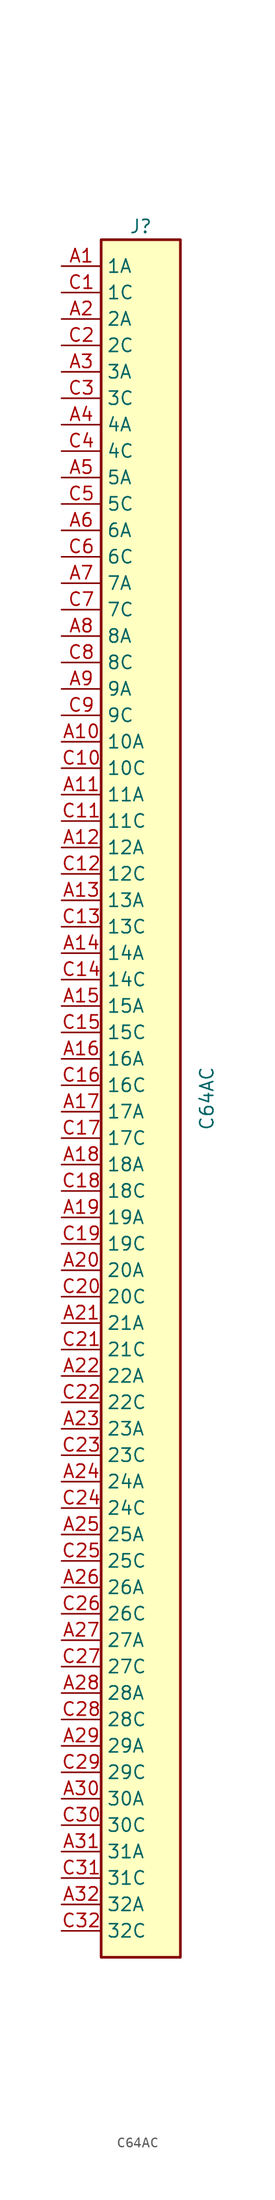
<source format=kicad_sym>
(kicad_symbol_lib
  (version 20210619)
  (generator kicad_symbol_editor)
  (symbol "Connector:C64AC"
    (property "Reference" "J"
      (at 0 85.09 0)
      (effects (font (size 1.27 1.27))))
    (property "Value" "C64AC"
      (at 6.35 1.27 90)
      (effects (font (size 1.27 1.27))))
    (symbol "C64AC_0_1"
      (rectangle (start -3.81 -81.28) (end 3.81 83.82) (stroke (width 0.254)) (fill (type background))))
    (symbol "C64AC_1_1"
      (pin passive line (at -7.62 81.28 0) (length 3.81) (name "1A" (effects (font (size 1.27 1.27)))) (number "A1" (effects (font (size 1.27 1.27)))))
      (pin passive line (at -7.62 35.56 0) (length 3.81) (name "10A" (effects (font (size 1.27 1.27)))) (number "A10" (effects (font (size 1.27 1.27)))))
      (pin passive line (at -7.62 30.48 0) (length 3.81) (name "11A" (effects (font (size 1.27 1.27)))) (number "A11" (effects (font (size 1.27 1.27)))))
      (pin passive line (at -7.62 25.4 0) (length 3.81) (name "12A" (effects (font (size 1.27 1.27)))) (number "A12" (effects (font (size 1.27 1.27)))))
      (pin passive line (at -7.62 20.32 0) (length 3.81) (name "13A" (effects (font (size 1.27 1.27)))) (number "A13" (effects (font (size 1.27 1.27)))))
      (pin passive line (at -7.62 15.24 0) (length 3.81) (name "14A" (effects (font (size 1.27 1.27)))) (number "A14" (effects (font (size 1.27 1.27)))))
      (pin passive line (at -7.62 10.16 0) (length 3.81) (name "15A" (effects (font (size 1.27 1.27)))) (number "A15" (effects (font (size 1.27 1.27)))))
      (pin passive line (at -7.62 5.08 0) (length 3.81) (name "16A" (effects (font (size 1.27 1.27)))) (number "A16" (effects (font (size 1.27 1.27)))))
      (pin passive line (at -7.62 0 0) (length 3.81) (name "17A" (effects (font (size 1.27 1.27)))) (number "A17" (effects (font (size 1.27 1.27)))))
      (pin passive line (at -7.62 -5.08 0) (length 3.81) (name "18A" (effects (font (size 1.27 1.27)))) (number "A18" (effects (font (size 1.27 1.27)))))
      (pin passive line (at -7.62 -10.16 0) (length 3.81) (name "19A" (effects (font (size 1.27 1.27)))) (number "A19" (effects (font (size 1.27 1.27)))))
      (pin passive line (at -7.62 76.2 0) (length 3.81) (name "2A" (effects (font (size 1.27 1.27)))) (number "A2" (effects (font (size 1.27 1.27)))))
      (pin passive line (at -7.62 -15.24 0) (length 3.81) (name "20A" (effects (font (size 1.27 1.27)))) (number "A20" (effects (font (size 1.27 1.27)))))
      (pin passive line (at -7.62 -20.32 0) (length 3.81) (name "21A" (effects (font (size 1.27 1.27)))) (number "A21" (effects (font (size 1.27 1.27)))))
      (pin passive line (at -7.62 -25.4 0) (length 3.81) (name "22A" (effects (font (size 1.27 1.27)))) (number "A22" (effects (font (size 1.27 1.27)))))
      (pin passive line (at -7.62 -30.48 0) (length 3.81) (name "23A" (effects (font (size 1.27 1.27)))) (number "A23" (effects (font (size 1.27 1.27)))))
      (pin passive line (at -7.62 -35.56 0) (length 3.81) (name "24A" (effects (font (size 1.27 1.27)))) (number "A24" (effects (font (size 1.27 1.27)))))
      (pin passive line (at -7.62 -40.64 0) (length 3.81) (name "25A" (effects (font (size 1.27 1.27)))) (number "A25" (effects (font (size 1.27 1.27)))))
      (pin passive line (at -7.62 -45.72 0) (length 3.81) (name "26A" (effects (font (size 1.27 1.27)))) (number "A26" (effects (font (size 1.27 1.27)))))
      (pin passive line (at -7.62 -50.8 0) (length 3.81) (name "27A" (effects (font (size 1.27 1.27)))) (number "A27" (effects (font (size 1.27 1.27)))))
      (pin passive line (at -7.62 -55.88 0) (length 3.81) (name "28A" (effects (font (size 1.27 1.27)))) (number "A28" (effects (font (size 1.27 1.27)))))
      (pin passive line (at -7.62 -60.96 0) (length 3.81) (name "29A" (effects (font (size 1.27 1.27)))) (number "A29" (effects (font (size 1.27 1.27)))))
      (pin passive line (at -7.62 71.12 0) (length 3.81) (name "3A" (effects (font (size 1.27 1.27)))) (number "A3" (effects (font (size 1.27 1.27)))))
      (pin passive line (at -7.62 -66.04 0) (length 3.81) (name "30A" (effects (font (size 1.27 1.27)))) (number "A30" (effects (font (size 1.27 1.27)))))
      (pin passive line (at -7.62 -71.12 0) (length 3.81) (name "31A" (effects (font (size 1.27 1.27)))) (number "A31" (effects (font (size 1.27 1.27)))))
      (pin passive line (at -7.62 -76.2 0) (length 3.81) (name "32A" (effects (font (size 1.27 1.27)))) (number "A32" (effects (font (size 1.27 1.27)))))
      (pin passive line (at -7.62 66.04 0) (length 3.81) (name "4A" (effects (font (size 1.27 1.27)))) (number "A4" (effects (font (size 1.27 1.27)))))
      (pin passive line (at -7.62 60.96 0) (length 3.81) (name "5A" (effects (font (size 1.27 1.27)))) (number "A5" (effects (font (size 1.27 1.27)))))
      (pin passive line (at -7.62 55.88 0) (length 3.81) (name "6A" (effects (font (size 1.27 1.27)))) (number "A6" (effects (font (size 1.27 1.27)))))
      (pin passive line (at -7.62 50.8 0) (length 3.81) (name "7A" (effects (font (size 1.27 1.27)))) (number "A7" (effects (font (size 1.27 1.27)))))
      (pin passive line (at -7.62 45.72 0) (length 3.81) (name "8A" (effects (font (size 1.27 1.27)))) (number "A8" (effects (font (size 1.27 1.27)))))
      (pin passive line (at -7.62 40.64 0) (length 3.81) (name "9A" (effects (font (size 1.27 1.27)))) (number "A9" (effects (font (size 1.27 1.27)))))
      (pin passive line (at -7.62 78.74 0) (length 3.81) (name "1C" (effects (font (size 1.27 1.27)))) (number "C1" (effects (font (size 1.27 1.27)))))
      (pin passive line (at -7.62 33.02 0) (length 3.81) (name "10C" (effects (font (size 1.27 1.27)))) (number "C10" (effects (font (size 1.27 1.27)))))
      (pin passive line (at -7.62 27.94 0) (length 3.81) (name "11C" (effects (font (size 1.27 1.27)))) (number "C11" (effects (font (size 1.27 1.27)))))
      (pin passive line (at -7.62 22.86 0) (length 3.81) (name "12C" (effects (font (size 1.27 1.27)))) (number "C12" (effects (font (size 1.27 1.27)))))
      (pin passive line (at -7.62 17.78 0) (length 3.81) (name "13C" (effects (font (size 1.27 1.27)))) (number "C13" (effects (font (size 1.27 1.27)))))
      (pin passive line (at -7.62 12.7 0) (length 3.81) (name "14C" (effects (font (size 1.27 1.27)))) (number "C14" (effects (font (size 1.27 1.27)))))
      (pin passive line (at -7.62 7.62 0) (length 3.81) (name "15C" (effects (font (size 1.27 1.27)))) (number "C15" (effects (font (size 1.27 1.27)))))
      (pin passive line (at -7.62 2.54 0) (length 3.81) (name "16C" (effects (font (size 1.27 1.27)))) (number "C16" (effects (font (size 1.27 1.27)))))
      (pin passive line (at -7.62 -2.54 0) (length 3.81) (name "17C" (effects (font (size 1.27 1.27)))) (number "C17" (effects (font (size 1.27 1.27)))))
      (pin passive line (at -7.62 -7.62 0) (length 3.81) (name "18C" (effects (font (size 1.27 1.27)))) (number "C18" (effects (font (size 1.27 1.27)))))
      (pin passive line (at -7.62 -12.7 0) (length 3.81) (name "19C" (effects (font (size 1.27 1.27)))) (number "C19" (effects (font (size 1.27 1.27)))))
      (pin passive line (at -7.62 73.66 0) (length 3.81) (name "2C" (effects (font (size 1.27 1.27)))) (number "C2" (effects (font (size 1.27 1.27)))))
      (pin passive line (at -7.62 -17.78 0) (length 3.81) (name "20C" (effects (font (size 1.27 1.27)))) (number "C20" (effects (font (size 1.27 1.27)))))
      (pin passive line (at -7.62 -22.86 0) (length 3.81) (name "21C" (effects (font (size 1.27 1.27)))) (number "C21" (effects (font (size 1.27 1.27)))))
      (pin passive line (at -7.62 -27.94 0) (length 3.81) (name "22C" (effects (font (size 1.27 1.27)))) (number "C22" (effects (font (size 1.27 1.27)))))
      (pin passive line (at -7.62 -33.02 0) (length 3.81) (name "23C" (effects (font (size 1.27 1.27)))) (number "C23" (effects (font (size 1.27 1.27)))))
      (pin passive line (at -7.62 -38.1 0) (length 3.81) (name "24C" (effects (font (size 1.27 1.27)))) (number "C24" (effects (font (size 1.27 1.27)))))
      (pin passive line (at -7.62 -43.18 0) (length 3.81) (name "25C" (effects (font (size 1.27 1.27)))) (number "C25" (effects (font (size 1.27 1.27)))))
      (pin passive line (at -7.62 -48.26 0) (length 3.81) (name "26C" (effects (font (size 1.27 1.27)))) (number "C26" (effects (font (size 1.27 1.27)))))
      (pin passive line (at -7.62 -53.34 0) (length 3.81) (name "27C" (effects (font (size 1.27 1.27)))) (number "C27" (effects (font (size 1.27 1.27)))))
      (pin passive line (at -7.62 -58.42 0) (length 3.81) (name "28C" (effects (font (size 1.27 1.27)))) (number "C28" (effects (font (size 1.27 1.27)))))
      (pin passive line (at -7.62 -63.5 0) (length 3.81) (name "29C" (effects (font (size 1.27 1.27)))) (number "C29" (effects (font (size 1.27 1.27)))))
      (pin passive line (at -7.62 68.58 0) (length 3.81) (name "3C" (effects (font (size 1.27 1.27)))) (number "C3" (effects (font (size 1.27 1.27)))))
      (pin passive line (at -7.62 -68.58 0) (length 3.81) (name "30C" (effects (font (size 1.27 1.27)))) (number "C30" (effects (font (size 1.27 1.27)))))
      (pin passive line (at -7.62 -73.66 0) (length 3.81) (name "31C" (effects (font (size 1.27 1.27)))) (number "C31" (effects (font (size 1.27 1.27)))))
      (pin passive line (at -7.62 -78.74 0) (length 3.81) (name "32C" (effects (font (size 1.27 1.27)))) (number "C32" (effects (font (size 1.27 1.27)))))
      (pin passive line (at -7.62 63.5 0) (length 3.81) (name "4C" (effects (font (size 1.27 1.27)))) (number "C4" (effects (font (size 1.27 1.27)))))
      (pin passive line (at -7.62 58.42 0) (length 3.81) (name "5C" (effects (font (size 1.27 1.27)))) (number "C5" (effects (font (size 1.27 1.27)))))
      (pin passive line (at -7.62 53.34 0) (length 3.81) (name "6C" (effects (font (size 1.27 1.27)))) (number "C6" (effects (font (size 1.27 1.27)))))
      (pin passive line (at -7.62 48.26 0) (length 3.81) (name "7C" (effects (font (size 1.27 1.27)))) (number "C7" (effects (font (size 1.27 1.27)))))
      (pin passive line (at -7.62 43.18 0) (length 3.81) (name "8C" (effects (font (size 1.27 1.27)))) (number "C8" (effects (font (size 1.27 1.27)))))
      (pin passive line (at -7.62 38.1 0) (length 3.81) (name "9C" (effects (font (size 1.27 1.27)))) (number "C9" (effects (font (size 1.27 1.27))))))))
</source>
